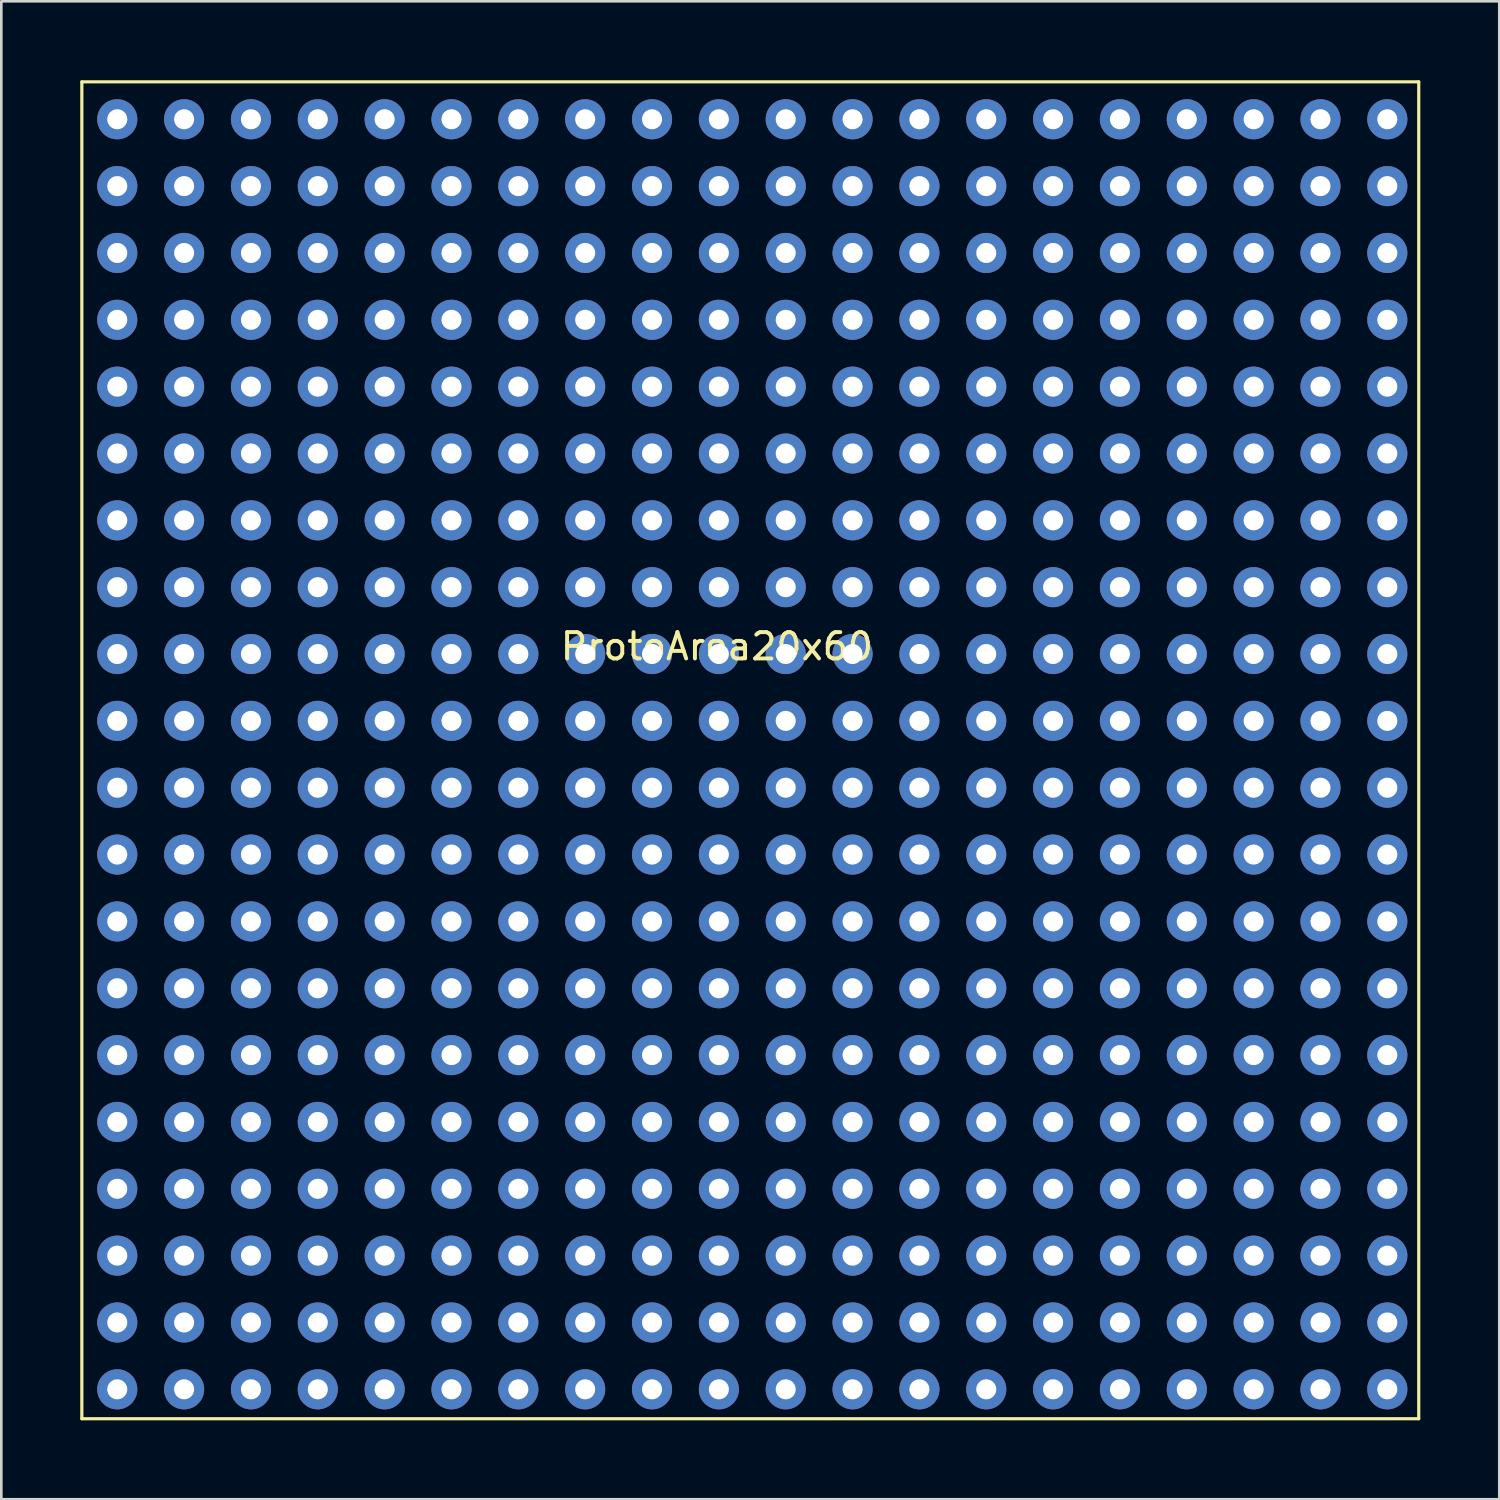
<source format=kicad_pcb>
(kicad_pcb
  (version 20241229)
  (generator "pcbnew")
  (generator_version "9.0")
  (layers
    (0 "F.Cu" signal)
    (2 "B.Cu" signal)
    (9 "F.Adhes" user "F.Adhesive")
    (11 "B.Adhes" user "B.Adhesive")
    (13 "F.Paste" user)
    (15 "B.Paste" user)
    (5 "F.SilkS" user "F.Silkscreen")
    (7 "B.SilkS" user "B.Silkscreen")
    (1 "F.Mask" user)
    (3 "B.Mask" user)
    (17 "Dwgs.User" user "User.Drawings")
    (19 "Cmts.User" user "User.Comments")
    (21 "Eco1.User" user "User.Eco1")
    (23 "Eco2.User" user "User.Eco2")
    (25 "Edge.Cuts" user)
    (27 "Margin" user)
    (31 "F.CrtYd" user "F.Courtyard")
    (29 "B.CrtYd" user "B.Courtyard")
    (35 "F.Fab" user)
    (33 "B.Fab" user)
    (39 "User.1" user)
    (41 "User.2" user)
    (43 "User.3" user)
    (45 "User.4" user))
  (footprint "ProtoArea20x60"
    (layer "F.Cu")
    (at 24.19 21.015)
    (property "Reference" "ProtoArea20x60" (at 0 0.5 0) (layer "F.SilkS") (effects (font (size 1 1) (thickness 0.15))))
    (attr through_hole)
    (fp_line (start -24.13 -20.955) (end 26.67 -20.955) (stroke (width 0.12) (type solid)) (layer "F.SilkS"))
    (fp_line (start -24.13 29.845) (end -24.13 -20.955) (stroke (width 0.12) (type solid)) (layer "F.SilkS"))
    (fp_line (start 26.67 -20.955) (end 26.67 29.845) (stroke (width 0.12) (type solid)) (layer "F.SilkS"))
    (fp_line (start 26.67 29.845) (end -24.13 29.845) (stroke (width 0.12) (type solid)) (layer "F.SilkS"))
    (pad "1" thru_hole circle (at -22.784 -19.533) (size 1.524 1.524) (drill 0.762) (layers "*.Cu" "*.Mask"))
    (pad "2" thru_hole circle (at -20.244 -19.533) (size 1.524 1.524) (drill 0.762) (layers "*.Cu" "*.Mask"))
    (pad "3" thru_hole circle (at -17.704 -19.533) (size 1.524 1.524) (drill 0.762) (layers "*.Cu" "*.Mask"))
    (pad "4" thru_hole circle (at -15.164 -19.533) (size 1.524 1.524) (drill 0.762) (layers "*.Cu" "*.Mask"))
    (pad "5" thru_hole circle (at -12.624 -19.533) (size 1.524 1.524) (drill 0.762) (layers "*.Cu" "*.Mask"))
    (pad "6" thru_hole circle (at -10.084 -19.533) (size 1.524 1.524) (drill 0.762) (layers "*.Cu" "*.Mask"))
    (pad "7" thru_hole circle (at -7.544 -19.533) (size 1.524 1.524) (drill 0.762) (layers "*.Cu" "*.Mask"))
    (pad "8" thru_hole circle (at -5.004 -19.533) (size 1.524 1.524) (drill 0.762) (layers "*.Cu" "*.Mask"))
    (pad "9" thru_hole circle (at -2.464 -19.533) (size 1.524 1.524) (drill 0.762) (layers "*.Cu" "*.Mask"))
    (pad "10" thru_hole circle (at 0.076 -19.533) (size 1.524 1.524) (drill 0.762) (layers "*.Cu" "*.Mask"))
    (pad "11" thru_hole circle (at 2.616 -19.533) (size 1.524 1.524) (drill 0.762) (layers "*.Cu" "*.Mask"))
    (pad "12" thru_hole circle (at 5.156 -19.533) (size 1.524 1.524) (drill 0.762) (layers "*.Cu" "*.Mask"))
    (pad "13" thru_hole circle (at 7.696 -19.533) (size 1.524 1.524) (drill 0.762) (layers "*.Cu" "*.Mask"))
    (pad "14" thru_hole circle (at 10.236 -19.533) (size 1.524 1.524) (drill 0.762) (layers "*.Cu" "*.Mask"))
    (pad "15" thru_hole circle (at 12.776 -19.533) (size 1.524 1.524) (drill 0.762) (layers "*.Cu" "*.Mask"))
    (pad "16" thru_hole circle (at 15.316 -19.533) (size 1.524 1.524) (drill 0.762) (layers "*.Cu" "*.Mask"))
    (pad "17" thru_hole circle (at 17.856 -19.533) (size 1.524 1.524) (drill 0.762) (layers "*.Cu" "*.Mask"))
    (pad "18" thru_hole circle (at 20.396 -19.533) (size 1.524 1.524) (drill 0.762) (layers "*.Cu" "*.Mask"))
    (pad "19" thru_hole circle (at 22.936 -19.533) (size 1.524 1.524) (drill 0.762) (layers "*.Cu" "*.Mask"))
    (pad "20" thru_hole circle (at 25.476 -19.533) (size 1.524 1.524) (drill 0.762) (layers "*.Cu" "*.Mask"))
    (pad "21" thru_hole circle (at -22.784 -16.993) (size 1.524 1.524) (drill 0.762) (layers "*.Cu" "*.Mask"))
    (pad "22" thru_hole circle (at -20.244 -16.993) (size 1.524 1.524) (drill 0.762) (layers "*.Cu" "*.Mask"))
    (pad "23" thru_hole circle (at -17.704 -16.993) (size 1.524 1.524) (drill 0.762) (layers "*.Cu" "*.Mask"))
    (pad "24" thru_hole circle (at -15.164 -16.993) (size 1.524 1.524) (drill 0.762) (layers "*.Cu" "*.Mask"))
    (pad "25" thru_hole circle (at -12.624 -16.993) (size 1.524 1.524) (drill 0.762) (layers "*.Cu" "*.Mask"))
    (pad "26" thru_hole circle (at -10.084 -16.993) (size 1.524 1.524) (drill 0.762) (layers "*.Cu" "*.Mask"))
    (pad "27" thru_hole circle (at -7.544 -16.993) (size 1.524 1.524) (drill 0.762) (layers "*.Cu" "*.Mask"))
    (pad "28" thru_hole circle (at -5.004 -16.993) (size 1.524 1.524) (drill 0.762) (layers "*.Cu" "*.Mask"))
    (pad "29" thru_hole circle (at -2.464 -16.993) (size 1.524 1.524) (drill 0.762) (layers "*.Cu" "*.Mask"))
    (pad "30" thru_hole circle (at 0.076 -16.993) (size 1.524 1.524) (drill 0.762) (layers "*.Cu" "*.Mask"))
    (pad "31" thru_hole circle (at 2.616 -16.993) (size 1.524 1.524) (drill 0.762) (layers "*.Cu" "*.Mask"))
    (pad "32" thru_hole circle (at 5.156 -16.993) (size 1.524 1.524) (drill 0.762) (layers "*.Cu" "*.Mask"))
    (pad "33" thru_hole circle (at 7.696 -16.993) (size 1.524 1.524) (drill 0.762) (layers "*.Cu" "*.Mask"))
    (pad "34" thru_hole circle (at 10.236 -16.993) (size 1.524 1.524) (drill 0.762) (layers "*.Cu" "*.Mask"))
    (pad "35" thru_hole circle (at 12.776 -16.993) (size 1.524 1.524) (drill 0.762) (layers "*.Cu" "*.Mask"))
    (pad "36" thru_hole circle (at 15.316 -16.993) (size 1.524 1.524) (drill 0.762) (layers "*.Cu" "*.Mask"))
    (pad "37" thru_hole circle (at 17.856 -16.993) (size 1.524 1.524) (drill 0.762) (layers "*.Cu" "*.Mask"))
    (pad "38" thru_hole circle (at 20.396 -16.993) (size 1.524 1.524) (drill 0.762) (layers "*.Cu" "*.Mask"))
    (pad "39" thru_hole circle (at 22.936 -16.993) (size 1.524 1.524) (drill 0.762) (layers "*.Cu" "*.Mask"))
    (pad "40" thru_hole circle (at 25.476 -16.993) (size 1.524 1.524) (drill 0.762) (layers "*.Cu" "*.Mask"))
    (pad "41" thru_hole circle (at -22.784 -14.453) (size 1.524 1.524) (drill 0.762) (layers "*.Cu" "*.Mask"))
    (pad "42" thru_hole circle (at -20.244 -14.453) (size 1.524 1.524) (drill 0.762) (layers "*.Cu" "*.Mask"))
    (pad "43" thru_hole circle (at -17.704 -14.453) (size 1.524 1.524) (drill 0.762) (layers "*.Cu" "*.Mask"))
    (pad "44" thru_hole circle (at -15.164 -14.453) (size 1.524 1.524) (drill 0.762) (layers "*.Cu" "*.Mask"))
    (pad "45" thru_hole circle (at -12.624 -14.453) (size 1.524 1.524) (drill 0.762) (layers "*.Cu" "*.Mask"))
    (pad "46" thru_hole circle (at -10.084 -14.453) (size 1.524 1.524) (drill 0.762) (layers "*.Cu" "*.Mask"))
    (pad "47" thru_hole circle (at -7.544 -14.453) (size 1.524 1.524) (drill 0.762) (layers "*.Cu" "*.Mask"))
    (pad "48" thru_hole circle (at -5.004 -14.453) (size 1.524 1.524) (drill 0.762) (layers "*.Cu" "*.Mask"))
    (pad "49" thru_hole circle (at -2.464 -14.453) (size 1.524 1.524) (drill 0.762) (layers "*.Cu" "*.Mask"))
    (pad "50" thru_hole circle (at 0.076 -14.453) (size 1.524 1.524) (drill 0.762) (layers "*.Cu" "*.Mask"))
    (pad "51" thru_hole circle (at 2.616 -14.453) (size 1.524 1.524) (drill 0.762) (layers "*.Cu" "*.Mask"))
    (pad "52" thru_hole circle (at 5.156 -14.453) (size 1.524 1.524) (drill 0.762) (layers "*.Cu" "*.Mask"))
    (pad "53" thru_hole circle (at 7.696 -14.453) (size 1.524 1.524) (drill 0.762) (layers "*.Cu" "*.Mask"))
    (pad "54" thru_hole circle (at 10.236 -14.453) (size 1.524 1.524) (drill 0.762) (layers "*.Cu" "*.Mask"))
    (pad "55" thru_hole circle (at 12.776 -14.453) (size 1.524 1.524) (drill 0.762) (layers "*.Cu" "*.Mask"))
    (pad "56" thru_hole circle (at 15.316 -14.453) (size 1.524 1.524) (drill 0.762) (layers "*.Cu" "*.Mask"))
    (pad "57" thru_hole circle (at 17.856 -14.453) (size 1.524 1.524) (drill 0.762) (layers "*.Cu" "*.Mask"))
    (pad "58" thru_hole circle (at 20.396 -14.453) (size 1.524 1.524) (drill 0.762) (layers "*.Cu" "*.Mask"))
    (pad "59" thru_hole circle (at 22.936 -14.453) (size 1.524 1.524) (drill 0.762) (layers "*.Cu" "*.Mask"))
    (pad "60" thru_hole circle (at 25.476 -14.453) (size 1.524 1.524) (drill 0.762) (layers "*.Cu" "*.Mask"))
    (pad "61" thru_hole circle (at -22.784 -11.913) (size 1.524 1.524) (drill 0.762) (layers "*.Cu" "*.Mask"))
    (pad "62" thru_hole circle (at -20.244 -11.913) (size 1.524 1.524) (drill 0.762) (layers "*.Cu" "*.Mask"))
    (pad "63" thru_hole circle (at -17.704 -11.913) (size 1.524 1.524) (drill 0.762) (layers "*.Cu" "*.Mask"))
    (pad "64" thru_hole circle (at -15.164 -11.913) (size 1.524 1.524) (drill 0.762) (layers "*.Cu" "*.Mask"))
    (pad "65" thru_hole circle (at -12.624 -11.913) (size 1.524 1.524) (drill 0.762) (layers "*.Cu" "*.Mask"))
    (pad "66" thru_hole circle (at -10.084 -11.913) (size 1.524 1.524) (drill 0.762) (layers "*.Cu" "*.Mask"))
    (pad "67" thru_hole circle (at -7.544 -11.913) (size 1.524 1.524) (drill 0.762) (layers "*.Cu" "*.Mask"))
    (pad "68" thru_hole circle (at -5.004 -11.913) (size 1.524 1.524) (drill 0.762) (layers "*.Cu" "*.Mask"))
    (pad "69" thru_hole circle (at -2.464 -11.913) (size 1.524 1.524) (drill 0.762) (layers "*.Cu" "*.Mask"))
    (pad "70" thru_hole circle (at 0.076 -11.913) (size 1.524 1.524) (drill 0.762) (layers "*.Cu" "*.Mask"))
    (pad "71" thru_hole circle (at 2.616 -11.913) (size 1.524 1.524) (drill 0.762) (layers "*.Cu" "*.Mask"))
    (pad "72" thru_hole circle (at 5.156 -11.913) (size 1.524 1.524) (drill 0.762) (layers "*.Cu" "*.Mask"))
    (pad "73" thru_hole circle (at 7.696 -11.913) (size 1.524 1.524) (drill 0.762) (layers "*.Cu" "*.Mask"))
    (pad "74" thru_hole circle (at 10.236 -11.913) (size 1.524 1.524) (drill 0.762) (layers "*.Cu" "*.Mask"))
    (pad "75" thru_hole circle (at 12.776 -11.913) (size 1.524 1.524) (drill 0.762) (layers "*.Cu" "*.Mask"))
    (pad "76" thru_hole circle (at 15.316 -11.913) (size 1.524 1.524) (drill 0.762) (layers "*.Cu" "*.Mask"))
    (pad "77" thru_hole circle (at 17.856 -11.913) (size 1.524 1.524) (drill 0.762) (layers "*.Cu" "*.Mask"))
    (pad "78" thru_hole circle (at 20.396 -11.913) (size 1.524 1.524) (drill 0.762) (layers "*.Cu" "*.Mask"))
    (pad "79" thru_hole circle (at 22.936 -11.913) (size 1.524 1.524) (drill 0.762) (layers "*.Cu" "*.Mask"))
    (pad "80" thru_hole circle (at 25.476 -11.913) (size 1.524 1.524) (drill 0.762) (layers "*.Cu" "*.Mask"))
    (pad "81" thru_hole circle (at -22.784 -9.373) (size 1.524 1.524) (drill 0.762) (layers "*.Cu" "*.Mask"))
    (pad "82" thru_hole circle (at -20.244 -9.373) (size 1.524 1.524) (drill 0.762) (layers "*.Cu" "*.Mask"))
    (pad "83" thru_hole circle (at -17.704 -9.373) (size 1.524 1.524) (drill 0.762) (layers "*.Cu" "*.Mask"))
    (pad "84" thru_hole circle (at -15.164 -9.373) (size 1.524 1.524) (drill 0.762) (layers "*.Cu" "*.Mask"))
    (pad "85" thru_hole circle (at -12.624 -9.373) (size 1.524 1.524) (drill 0.762) (layers "*.Cu" "*.Mask"))
    (pad "86" thru_hole circle (at -10.084 -9.373) (size 1.524 1.524) (drill 0.762) (layers "*.Cu" "*.Mask"))
    (pad "87" thru_hole circle (at -7.544 -9.373) (size 1.524 1.524) (drill 0.762) (layers "*.Cu" "*.Mask"))
    (pad "88" thru_hole circle (at -5.004 -9.373) (size 1.524 1.524) (drill 0.762) (layers "*.Cu" "*.Mask"))
    (pad "89" thru_hole circle (at -2.464 -9.373) (size 1.524 1.524) (drill 0.762) (layers "*.Cu" "*.Mask"))
    (pad "90" thru_hole circle (at 0.076 -9.373) (size 1.524 1.524) (drill 0.762) (layers "*.Cu" "*.Mask"))
    (pad "91" thru_hole circle (at 2.616 -9.373) (size 1.524 1.524) (drill 0.762) (layers "*.Cu" "*.Mask"))
    (pad "92" thru_hole circle (at 5.156 -9.373) (size 1.524 1.524) (drill 0.762) (layers "*.Cu" "*.Mask"))
    (pad "93" thru_hole circle (at 7.696 -9.373) (size 1.524 1.524) (drill 0.762) (layers "*.Cu" "*.Mask"))
    (pad "94" thru_hole circle (at 10.236 -9.373) (size 1.524 1.524) (drill 0.762) (layers "*.Cu" "*.Mask"))
    (pad "95" thru_hole circle (at 12.776 -9.373) (size 1.524 1.524) (drill 0.762) (layers "*.Cu" "*.Mask"))
    (pad "96" thru_hole circle (at 15.316 -9.373) (size 1.524 1.524) (drill 0.762) (layers "*.Cu" "*.Mask"))
    (pad "97" thru_hole circle (at 17.856 -9.373) (size 1.524 1.524) (drill 0.762) (layers "*.Cu" "*.Mask"))
    (pad "98" thru_hole circle (at 20.396 -9.373) (size 1.524 1.524) (drill 0.762) (layers "*.Cu" "*.Mask"))
    (pad "99" thru_hole circle (at 22.936 -9.373) (size 1.524 1.524) (drill 0.762) (layers "*.Cu" "*.Mask"))
    (pad "100" thru_hole circle (at 25.476 -9.373) (size 1.524 1.524) (drill 0.762) (layers "*.Cu" "*.Mask"))
    (pad "101" thru_hole circle (at -22.784 -6.833) (size 1.524 1.524) (drill 0.762) (layers "*.Cu" "*.Mask"))
    (pad "102" thru_hole circle (at -20.244 -6.833) (size 1.524 1.524) (drill 0.762) (layers "*.Cu" "*.Mask"))
    (pad "103" thru_hole circle (at -17.704 -6.833) (size 1.524 1.524) (drill 0.762) (layers "*.Cu" "*.Mask"))
    (pad "104" thru_hole circle (at -15.164 -6.833) (size 1.524 1.524) (drill 0.762) (layers "*.Cu" "*.Mask"))
    (pad "105" thru_hole circle (at -12.624 -6.833) (size 1.524 1.524) (drill 0.762) (layers "*.Cu" "*.Mask"))
    (pad "106" thru_hole circle (at -10.084 -6.833) (size 1.524 1.524) (drill 0.762) (layers "*.Cu" "*.Mask"))
    (pad "107" thru_hole circle (at -7.544 -6.833) (size 1.524 1.524) (drill 0.762) (layers "*.Cu" "*.Mask"))
    (pad "108" thru_hole circle (at -5.004 -6.833) (size 1.524 1.524) (drill 0.762) (layers "*.Cu" "*.Mask"))
    (pad "109" thru_hole circle (at -2.464 -6.833) (size 1.524 1.524) (drill 0.762) (layers "*.Cu" "*.Mask"))
    (pad "110" thru_hole circle (at 0.076 -6.833) (size 1.524 1.524) (drill 0.762) (layers "*.Cu" "*.Mask"))
    (pad "111" thru_hole circle (at 2.616 -6.833) (size 1.524 1.524) (drill 0.762) (layers "*.Cu" "*.Mask"))
    (pad "112" thru_hole circle (at 5.156 -6.833) (size 1.524 1.524) (drill 0.762) (layers "*.Cu" "*.Mask"))
    (pad "113" thru_hole circle (at 7.696 -6.833) (size 1.524 1.524) (drill 0.762) (layers "*.Cu" "*.Mask"))
    (pad "114" thru_hole circle (at 10.236 -6.833) (size 1.524 1.524) (drill 0.762) (layers "*.Cu" "*.Mask"))
    (pad "115" thru_hole circle (at 12.776 -6.833) (size 1.524 1.524) (drill 0.762) (layers "*.Cu" "*.Mask"))
    (pad "116" thru_hole circle (at 15.316 -6.833) (size 1.524 1.524) (drill 0.762) (layers "*.Cu" "*.Mask"))
    (pad "117" thru_hole circle (at 17.856 -6.833) (size 1.524 1.524) (drill 0.762) (layers "*.Cu" "*.Mask"))
    (pad "118" thru_hole circle (at 20.396 -6.833) (size 1.524 1.524) (drill 0.762) (layers "*.Cu" "*.Mask"))
    (pad "119" thru_hole circle (at 22.936 -6.833) (size 1.524 1.524) (drill 0.762) (layers "*.Cu" "*.Mask"))
    (pad "120" thru_hole circle (at 25.476 -6.833) (size 1.524 1.524) (drill 0.762) (layers "*.Cu" "*.Mask"))
    (pad "121" thru_hole circle (at -22.784 -4.293) (size 1.524 1.524) (drill 0.762) (layers "*.Cu" "*.Mask"))
    (pad "122" thru_hole circle (at -20.244 -4.293) (size 1.524 1.524) (drill 0.762) (layers "*.Cu" "*.Mask"))
    (pad "123" thru_hole circle (at -17.704 -4.293) (size 1.524 1.524) (drill 0.762) (layers "*.Cu" "*.Mask"))
    (pad "124" thru_hole circle (at -15.164 -4.293) (size 1.524 1.524) (drill 0.762) (layers "*.Cu" "*.Mask"))
    (pad "125" thru_hole circle (at -12.624 -4.293) (size 1.524 1.524) (drill 0.762) (layers "*.Cu" "*.Mask"))
    (pad "126" thru_hole circle (at -10.084 -4.293) (size 1.524 1.524) (drill 0.762) (layers "*.Cu" "*.Mask"))
    (pad "127" thru_hole circle (at -7.544 -4.293) (size 1.524 1.524) (drill 0.762) (layers "*.Cu" "*.Mask"))
    (pad "128" thru_hole circle (at -5.004 -4.293) (size 1.524 1.524) (drill 0.762) (layers "*.Cu" "*.Mask"))
    (pad "129" thru_hole circle (at -2.464 -4.293) (size 1.524 1.524) (drill 0.762) (layers "*.Cu" "*.Mask"))
    (pad "130" thru_hole circle (at 0.076 -4.293) (size 1.524 1.524) (drill 0.762) (layers "*.Cu" "*.Mask"))
    (pad "131" thru_hole circle (at 2.616 -4.293) (size 1.524 1.524) (drill 0.762) (layers "*.Cu" "*.Mask"))
    (pad "132" thru_hole circle (at 5.156 -4.293) (size 1.524 1.524) (drill 0.762) (layers "*.Cu" "*.Mask"))
    (pad "133" thru_hole circle (at 7.696 -4.293) (size 1.524 1.524) (drill 0.762) (layers "*.Cu" "*.Mask"))
    (pad "134" thru_hole circle (at 10.236 -4.293) (size 1.524 1.524) (drill 0.762) (layers "*.Cu" "*.Mask"))
    (pad "135" thru_hole circle (at 12.776 -4.293) (size 1.524 1.524) (drill 0.762) (layers "*.Cu" "*.Mask"))
    (pad "136" thru_hole circle (at 15.316 -4.293) (size 1.524 1.524) (drill 0.762) (layers "*.Cu" "*.Mask"))
    (pad "137" thru_hole circle (at 17.856 -4.293) (size 1.524 1.524) (drill 0.762) (layers "*.Cu" "*.Mask"))
    (pad "138" thru_hole circle (at 20.396 -4.293) (size 1.524 1.524) (drill 0.762) (layers "*.Cu" "*.Mask"))
    (pad "139" thru_hole circle (at 22.936 -4.293) (size 1.524 1.524) (drill 0.762) (layers "*.Cu" "*.Mask"))
    (pad "140" thru_hole circle (at 25.476 -4.293) (size 1.524 1.524) (drill 0.762) (layers "*.Cu" "*.Mask"))
    (pad "141" thru_hole circle (at -22.784 -1.753) (size 1.524 1.524) (drill 0.762) (layers "*.Cu" "*.Mask"))
    (pad "142" thru_hole circle (at -20.244 -1.753) (size 1.524 1.524) (drill 0.762) (layers "*.Cu" "*.Mask"))
    (pad "143" thru_hole circle (at -17.704 -1.753) (size 1.524 1.524) (drill 0.762) (layers "*.Cu" "*.Mask"))
    (pad "144" thru_hole circle (at -15.164 -1.753) (size 1.524 1.524) (drill 0.762) (layers "*.Cu" "*.Mask"))
    (pad "145" thru_hole circle (at -12.624 -1.753) (size 1.524 1.524) (drill 0.762) (layers "*.Cu" "*.Mask"))
    (pad "146" thru_hole circle (at -10.084 -1.753) (size 1.524 1.524) (drill 0.762) (layers "*.Cu" "*.Mask"))
    (pad "147" thru_hole circle (at -7.544 -1.753) (size 1.524 1.524) (drill 0.762) (layers "*.Cu" "*.Mask"))
    (pad "148" thru_hole circle (at -5.004 -1.753) (size 1.524 1.524) (drill 0.762) (layers "*.Cu" "*.Mask"))
    (pad "149" thru_hole circle (at -2.464 -1.753) (size 1.524 1.524) (drill 0.762) (layers "*.Cu" "*.Mask"))
    (pad "150" thru_hole circle (at 0.076 -1.753) (size 1.524 1.524) (drill 0.762) (layers "*.Cu" "*.Mask"))
    (pad "151" thru_hole circle (at 2.616 -1.753) (size 1.524 1.524) (drill 0.762) (layers "*.Cu" "*.Mask"))
    (pad "152" thru_hole circle (at 5.156 -1.753) (size 1.524 1.524) (drill 0.762) (layers "*.Cu" "*.Mask"))
    (pad "153" thru_hole circle (at 7.696 -1.753) (size 1.524 1.524) (drill 0.762) (layers "*.Cu" "*.Mask"))
    (pad "154" thru_hole circle (at 10.236 -1.753) (size 1.524 1.524) (drill 0.762) (layers "*.Cu" "*.Mask"))
    (pad "155" thru_hole circle (at 12.776 -1.753) (size 1.524 1.524) (drill 0.762) (layers "*.Cu" "*.Mask"))
    (pad "156" thru_hole circle (at 15.316 -1.753) (size 1.524 1.524) (drill 0.762) (layers "*.Cu" "*.Mask"))
    (pad "157" thru_hole circle (at 17.856 -1.753) (size 1.524 1.524) (drill 0.762) (layers "*.Cu" "*.Mask"))
    (pad "158" thru_hole circle (at 20.396 -1.753) (size 1.524 1.524) (drill 0.762) (layers "*.Cu" "*.Mask"))
    (pad "159" thru_hole circle (at 22.936 -1.753) (size 1.524 1.524) (drill 0.762) (layers "*.Cu" "*.Mask"))
    (pad "160" thru_hole circle (at 25.476 -1.753) (size 1.524 1.524) (drill 0.762) (layers "*.Cu" "*.Mask"))
    (pad "161" thru_hole circle (at -22.784 0.787) (size 1.524 1.524) (drill 0.762) (layers "*.Cu" "*.Mask"))
    (pad "162" thru_hole circle (at -20.244 0.787) (size 1.524 1.524) (drill 0.762) (layers "*.Cu" "*.Mask"))
    (pad "163" thru_hole circle (at -17.704 0.787) (size 1.524 1.524) (drill 0.762) (layers "*.Cu" "*.Mask"))
    (pad "164" thru_hole circle (at -15.164 0.787) (size 1.524 1.524) (drill 0.762) (layers "*.Cu" "*.Mask"))
    (pad "165" thru_hole circle (at -12.624 0.787) (size 1.524 1.524) (drill 0.762) (layers "*.Cu" "*.Mask"))
    (pad "166" thru_hole circle (at -10.084 0.787) (size 1.524 1.524) (drill 0.762) (layers "*.Cu" "*.Mask"))
    (pad "167" thru_hole circle (at -7.544 0.787) (size 1.524 1.524) (drill 0.762) (layers "*.Cu" "*.Mask"))
    (pad "168" thru_hole circle (at -5.004 0.787) (size 1.524 1.524) (drill 0.762) (layers "*.Cu" "*.Mask"))
    (pad "169" thru_hole circle (at -2.464 0.787) (size 1.524 1.524) (drill 0.762) (layers "*.Cu" "*.Mask"))
    (pad "170" thru_hole circle (at 0.076 0.787) (size 1.524 1.524) (drill 0.762) (layers "*.Cu" "*.Mask"))
    (pad "171" thru_hole circle (at 2.616 0.787) (size 1.524 1.524) (drill 0.762) (layers "*.Cu" "*.Mask"))
    (pad "172" thru_hole circle (at 5.156 0.787) (size 1.524 1.524) (drill 0.762) (layers "*.Cu" "*.Mask"))
    (pad "173" thru_hole circle (at 7.696 0.787) (size 1.524 1.524) (drill 0.762) (layers "*.Cu" "*.Mask"))
    (pad "174" thru_hole circle (at 10.236 0.787) (size 1.524 1.524) (drill 0.762) (layers "*.Cu" "*.Mask"))
    (pad "175" thru_hole circle (at 12.776 0.787) (size 1.524 1.524) (drill 0.762) (layers "*.Cu" "*.Mask"))
    (pad "176" thru_hole circle (at 15.316 0.787) (size 1.524 1.524) (drill 0.762) (layers "*.Cu" "*.Mask"))
    (pad "177" thru_hole circle (at 17.856 0.787) (size 1.524 1.524) (drill 0.762) (layers "*.Cu" "*.Mask"))
    (pad "178" thru_hole circle (at 20.396 0.787) (size 1.524 1.524) (drill 0.762) (layers "*.Cu" "*.Mask"))
    (pad "179" thru_hole circle (at 22.936 0.787) (size 1.524 1.524) (drill 0.762) (layers "*.Cu" "*.Mask"))
    (pad "180" thru_hole circle (at 25.476 0.787) (size 1.524 1.524) (drill 0.762) (layers "*.Cu" "*.Mask"))
    (pad "181" thru_hole circle (at -22.784 3.327) (size 1.524 1.524) (drill 0.762) (layers "*.Cu" "*.Mask"))
    (pad "182" thru_hole circle (at -20.244 3.327) (size 1.524 1.524) (drill 0.762) (layers "*.Cu" "*.Mask"))
    (pad "183" thru_hole circle (at -17.704 3.327) (size 1.524 1.524) (drill 0.762) (layers "*.Cu" "*.Mask"))
    (pad "184" thru_hole circle (at -15.164 3.327) (size 1.524 1.524) (drill 0.762) (layers "*.Cu" "*.Mask"))
    (pad "185" thru_hole circle (at -12.624 3.327) (size 1.524 1.524) (drill 0.762) (layers "*.Cu" "*.Mask"))
    (pad "186" thru_hole circle (at -10.084 3.327) (size 1.524 1.524) (drill 0.762) (layers "*.Cu" "*.Mask"))
    (pad "187" thru_hole circle (at -7.544 3.327) (size 1.524 1.524) (drill 0.762) (layers "*.Cu" "*.Mask"))
    (pad "188" thru_hole circle (at -5.004 3.327) (size 1.524 1.524) (drill 0.762) (layers "*.Cu" "*.Mask"))
    (pad "189" thru_hole circle (at -2.464 3.327) (size 1.524 1.524) (drill 0.762) (layers "*.Cu" "*.Mask"))
    (pad "190" thru_hole circle (at 0.076 3.327) (size 1.524 1.524) (drill 0.762) (layers "*.Cu" "*.Mask"))
    (pad "191" thru_hole circle (at 2.616 3.327) (size 1.524 1.524) (drill 0.762) (layers "*.Cu" "*.Mask"))
    (pad "192" thru_hole circle (at 5.156 3.327) (size 1.524 1.524) (drill 0.762) (layers "*.Cu" "*.Mask"))
    (pad "193" thru_hole circle (at 7.696 3.327) (size 1.524 1.524) (drill 0.762) (layers "*.Cu" "*.Mask"))
    (pad "194" thru_hole circle (at 10.236 3.327) (size 1.524 1.524) (drill 0.762) (layers "*.Cu" "*.Mask"))
    (pad "195" thru_hole circle (at 12.776 3.327) (size 1.524 1.524) (drill 0.762) (layers "*.Cu" "*.Mask"))
    (pad "196" thru_hole circle (at 15.316 3.327) (size 1.524 1.524) (drill 0.762) (layers "*.Cu" "*.Mask"))
    (pad "197" thru_hole circle (at 17.856 3.327) (size 1.524 1.524) (drill 0.762) (layers "*.Cu" "*.Mask"))
    (pad "198" thru_hole circle (at 20.396 3.327) (size 1.524 1.524) (drill 0.762) (layers "*.Cu" "*.Mask"))
    (pad "199" thru_hole circle (at 22.936 3.327) (size 1.524 1.524) (drill 0.762) (layers "*.Cu" "*.Mask"))
    (pad "200" thru_hole circle (at 25.476 3.327) (size 1.524 1.524) (drill 0.762) (layers "*.Cu" "*.Mask"))
    (pad "201" thru_hole circle (at -22.784 5.867) (size 1.524 1.524) (drill 0.762) (layers "*.Cu" "*.Mask"))
    (pad "202" thru_hole circle (at -20.244 5.867) (size 1.524 1.524) (drill 0.762) (layers "*.Cu" "*.Mask"))
    (pad "203" thru_hole circle (at -17.704 5.867) (size 1.524 1.524) (drill 0.762) (layers "*.Cu" "*.Mask"))
    (pad "204" thru_hole circle (at -15.164 5.867) (size 1.524 1.524) (drill 0.762) (layers "*.Cu" "*.Mask"))
    (pad "205" thru_hole circle (at -12.624 5.867) (size 1.524 1.524) (drill 0.762) (layers "*.Cu" "*.Mask"))
    (pad "206" thru_hole circle (at -10.084 5.867) (size 1.524 1.524) (drill 0.762) (layers "*.Cu" "*.Mask"))
    (pad "207" thru_hole circle (at -7.544 5.867) (size 1.524 1.524) (drill 0.762) (layers "*.Cu" "*.Mask"))
    (pad "208" thru_hole circle (at -5.004 5.867) (size 1.524 1.524) (drill 0.762) (layers "*.Cu" "*.Mask"))
    (pad "209" thru_hole circle (at -2.464 5.867) (size 1.524 1.524) (drill 0.762) (layers "*.Cu" "*.Mask"))
    (pad "210" thru_hole circle (at 0.076 5.867) (size 1.524 1.524) (drill 0.762) (layers "*.Cu" "*.Mask"))
    (pad "211" thru_hole circle (at 2.616 5.867) (size 1.524 1.524) (drill 0.762) (layers "*.Cu" "*.Mask"))
    (pad "212" thru_hole circle (at 5.156 5.867) (size 1.524 1.524) (drill 0.762) (layers "*.Cu" "*.Mask"))
    (pad "213" thru_hole circle (at 7.696 5.867) (size 1.524 1.524) (drill 0.762) (layers "*.Cu" "*.Mask"))
    (pad "214" thru_hole circle (at 10.236 5.867) (size 1.524 1.524) (drill 0.762) (layers "*.Cu" "*.Mask"))
    (pad "215" thru_hole circle (at 12.776 5.867) (size 1.524 1.524) (drill 0.762) (layers "*.Cu" "*.Mask"))
    (pad "216" thru_hole circle (at 15.316 5.867) (size 1.524 1.524) (drill 0.762) (layers "*.Cu" "*.Mask"))
    (pad "217" thru_hole circle (at 17.856 5.867) (size 1.524 1.524) (drill 0.762) (layers "*.Cu" "*.Mask"))
    (pad "218" thru_hole circle (at 20.396 5.867) (size 1.524 1.524) (drill 0.762) (layers "*.Cu" "*.Mask"))
    (pad "219" thru_hole circle (at 22.936 5.867) (size 1.524 1.524) (drill 0.762) (layers "*.Cu" "*.Mask"))
    (pad "220" thru_hole circle (at 25.476 5.867) (size 1.524 1.524) (drill 0.762) (layers "*.Cu" "*.Mask"))
    (pad "221" thru_hole circle (at -22.784 8.407) (size 1.524 1.524) (drill 0.762) (layers "*.Cu" "*.Mask"))
    (pad "222" thru_hole circle (at -20.244 8.407) (size 1.524 1.524) (drill 0.762) (layers "*.Cu" "*.Mask"))
    (pad "223" thru_hole circle (at -17.704 8.407) (size 1.524 1.524) (drill 0.762) (layers "*.Cu" "*.Mask"))
    (pad "224" thru_hole circle (at -15.164 8.407) (size 1.524 1.524) (drill 0.762) (layers "*.Cu" "*.Mask"))
    (pad "225" thru_hole circle (at -12.624 8.407) (size 1.524 1.524) (drill 0.762) (layers "*.Cu" "*.Mask"))
    (pad "226" thru_hole circle (at -10.084 8.407) (size 1.524 1.524) (drill 0.762) (layers "*.Cu" "*.Mask"))
    (pad "227" thru_hole circle (at -7.544 8.407) (size 1.524 1.524) (drill 0.762) (layers "*.Cu" "*.Mask"))
    (pad "228" thru_hole circle (at -5.004 8.407) (size 1.524 1.524) (drill 0.762) (layers "*.Cu" "*.Mask"))
    (pad "229" thru_hole circle (at -2.464 8.407) (size 1.524 1.524) (drill 0.762) (layers "*.Cu" "*.Mask"))
    (pad "230" thru_hole circle (at 0.076 8.407) (size 1.524 1.524) (drill 0.762) (layers "*.Cu" "*.Mask"))
    (pad "231" thru_hole circle (at 2.616 8.407) (size 1.524 1.524) (drill 0.762) (layers "*.Cu" "*.Mask"))
    (pad "232" thru_hole circle (at 5.156 8.407) (size 1.524 1.524) (drill 0.762) (layers "*.Cu" "*.Mask"))
    (pad "233" thru_hole circle (at 7.696 8.407) (size 1.524 1.524) (drill 0.762) (layers "*.Cu" "*.Mask"))
    (pad "234" thru_hole circle (at 10.236 8.407) (size 1.524 1.524) (drill 0.762) (layers "*.Cu" "*.Mask"))
    (pad "235" thru_hole circle (at 12.776 8.407) (size 1.524 1.524) (drill 0.762) (layers "*.Cu" "*.Mask"))
    (pad "236" thru_hole circle (at 15.316 8.407) (size 1.524 1.524) (drill 0.762) (layers "*.Cu" "*.Mask"))
    (pad "237" thru_hole circle (at 17.856 8.407) (size 1.524 1.524) (drill 0.762) (layers "*.Cu" "*.Mask"))
    (pad "238" thru_hole circle (at 20.396 8.407) (size 1.524 1.524) (drill 0.762) (layers "*.Cu" "*.Mask"))
    (pad "239" thru_hole circle (at 22.936 8.407) (size 1.524 1.524) (drill 0.762) (layers "*.Cu" "*.Mask"))
    (pad "240" thru_hole circle (at 25.476 8.407) (size 1.524 1.524) (drill 0.762) (layers "*.Cu" "*.Mask"))
    (pad "241" thru_hole circle (at -22.784 10.947) (size 1.524 1.524) (drill 0.762) (layers "*.Cu" "*.Mask"))
    (pad "242" thru_hole circle (at -20.244 10.947) (size 1.524 1.524) (drill 0.762) (layers "*.Cu" "*.Mask"))
    (pad "243" thru_hole circle (at -17.704 10.947) (size 1.524 1.524) (drill 0.762) (layers "*.Cu" "*.Mask"))
    (pad "244" thru_hole circle (at -15.164 10.947) (size 1.524 1.524) (drill 0.762) (layers "*.Cu" "*.Mask"))
    (pad "245" thru_hole circle (at -12.624 10.947) (size 1.524 1.524) (drill 0.762) (layers "*.Cu" "*.Mask"))
    (pad "246" thru_hole circle (at -10.084 10.947) (size 1.524 1.524) (drill 0.762) (layers "*.Cu" "*.Mask"))
    (pad "247" thru_hole circle (at -7.544 10.947) (size 1.524 1.524) (drill 0.762) (layers "*.Cu" "*.Mask"))
    (pad "248" thru_hole circle (at -5.004 10.947) (size 1.524 1.524) (drill 0.762) (layers "*.Cu" "*.Mask"))
    (pad "249" thru_hole circle (at -2.464 10.947) (size 1.524 1.524) (drill 0.762) (layers "*.Cu" "*.Mask"))
    (pad "250" thru_hole circle (at 0.076 10.947) (size 1.524 1.524) (drill 0.762) (layers "*.Cu" "*.Mask"))
    (pad "251" thru_hole circle (at 2.616 10.947) (size 1.524 1.524) (drill 0.762) (layers "*.Cu" "*.Mask"))
    (pad "252" thru_hole circle (at 5.156 10.947) (size 1.524 1.524) (drill 0.762) (layers "*.Cu" "*.Mask"))
    (pad "253" thru_hole circle (at 7.696 10.947) (size 1.524 1.524) (drill 0.762) (layers "*.Cu" "*.Mask"))
    (pad "254" thru_hole circle (at 10.236 10.947) (size 1.524 1.524) (drill 0.762) (layers "*.Cu" "*.Mask"))
    (pad "255" thru_hole circle (at 12.776 10.947) (size 1.524 1.524) (drill 0.762) (layers "*.Cu" "*.Mask"))
    (pad "256" thru_hole circle (at 15.316 10.947) (size 1.524 1.524) (drill 0.762) (layers "*.Cu" "*.Mask"))
    (pad "257" thru_hole circle (at 17.856 10.947) (size 1.524 1.524) (drill 0.762) (layers "*.Cu" "*.Mask"))
    (pad "258" thru_hole circle (at 20.396 10.947) (size 1.524 1.524) (drill 0.762) (layers "*.Cu" "*.Mask"))
    (pad "259" thru_hole circle (at 22.936 10.947) (size 1.524 1.524) (drill 0.762) (layers "*.Cu" "*.Mask"))
    (pad "260" thru_hole circle (at 25.476 10.947) (size 1.524 1.524) (drill 0.762) (layers "*.Cu" "*.Mask"))
    (pad "261" thru_hole circle (at -22.784 13.487) (size 1.524 1.524) (drill 0.762) (layers "*.Cu" "*.Mask"))
    (pad "262" thru_hole circle (at -20.244 13.487) (size 1.524 1.524) (drill 0.762) (layers "*.Cu" "*.Mask"))
    (pad "263" thru_hole circle (at -17.704 13.487) (size 1.524 1.524) (drill 0.762) (layers "*.Cu" "*.Mask"))
    (pad "264" thru_hole circle (at -15.164 13.487) (size 1.524 1.524) (drill 0.762) (layers "*.Cu" "*.Mask"))
    (pad "265" thru_hole circle (at -12.624 13.487) (size 1.524 1.524) (drill 0.762) (layers "*.Cu" "*.Mask"))
    (pad "266" thru_hole circle (at -10.084 13.487) (size 1.524 1.524) (drill 0.762) (layers "*.Cu" "*.Mask"))
    (pad "267" thru_hole circle (at -7.544 13.487) (size 1.524 1.524) (drill 0.762) (layers "*.Cu" "*.Mask"))
    (pad "268" thru_hole circle (at -5.004 13.487) (size 1.524 1.524) (drill 0.762) (layers "*.Cu" "*.Mask"))
    (pad "269" thru_hole circle (at -2.464 13.487) (size 1.524 1.524) (drill 0.762) (layers "*.Cu" "*.Mask"))
    (pad "270" thru_hole circle (at 0.076 13.487) (size 1.524 1.524) (drill 0.762) (layers "*.Cu" "*.Mask"))
    (pad "271" thru_hole circle (at 2.616 13.487) (size 1.524 1.524) (drill 0.762) (layers "*.Cu" "*.Mask"))
    (pad "272" thru_hole circle (at 5.156 13.487) (size 1.524 1.524) (drill 0.762) (layers "*.Cu" "*.Mask"))
    (pad "273" thru_hole circle (at 7.696 13.487) (size 1.524 1.524) (drill 0.762) (layers "*.Cu" "*.Mask"))
    (pad "274" thru_hole circle (at 10.236 13.487) (size 1.524 1.524) (drill 0.762) (layers "*.Cu" "*.Mask"))
    (pad "275" thru_hole circle (at 12.776 13.487) (size 1.524 1.524) (drill 0.762) (layers "*.Cu" "*.Mask"))
    (pad "276" thru_hole circle (at 15.316 13.487) (size 1.524 1.524) (drill 0.762) (layers "*.Cu" "*.Mask"))
    (pad "277" thru_hole circle (at 17.856 13.487) (size 1.524 1.524) (drill 0.762) (layers "*.Cu" "*.Mask"))
    (pad "278" thru_hole circle (at 20.396 13.487) (size 1.524 1.524) (drill 0.762) (layers "*.Cu" "*.Mask"))
    (pad "279" thru_hole circle (at 22.936 13.487) (size 1.524 1.524) (drill 0.762) (layers "*.Cu" "*.Mask"))
    (pad "280" thru_hole circle (at 25.476 13.487) (size 1.524 1.524) (drill 0.762) (layers "*.Cu" "*.Mask"))
    (pad "281" thru_hole circle (at -22.784 16.027) (size 1.524 1.524) (drill 0.762) (layers "*.Cu" "*.Mask"))
    (pad "282" thru_hole circle (at -20.244 16.027) (size 1.524 1.524) (drill 0.762) (layers "*.Cu" "*.Mask"))
    (pad "283" thru_hole circle (at -17.704 16.027) (size 1.524 1.524) (drill 0.762) (layers "*.Cu" "*.Mask"))
    (pad "284" thru_hole circle (at -15.164 16.027) (size 1.524 1.524) (drill 0.762) (layers "*.Cu" "*.Mask"))
    (pad "285" thru_hole circle (at -12.624 16.027) (size 1.524 1.524) (drill 0.762) (layers "*.Cu" "*.Mask"))
    (pad "286" thru_hole circle (at -10.084 16.027) (size 1.524 1.524) (drill 0.762) (layers "*.Cu" "*.Mask"))
    (pad "287" thru_hole circle (at -7.544 16.027) (size 1.524 1.524) (drill 0.762) (layers "*.Cu" "*.Mask"))
    (pad "288" thru_hole circle (at -5.004 16.027) (size 1.524 1.524) (drill 0.762) (layers "*.Cu" "*.Mask"))
    (pad "289" thru_hole circle (at -2.464 16.027) (size 1.524 1.524) (drill 0.762) (layers "*.Cu" "*.Mask"))
    (pad "290" thru_hole circle (at 0.076 16.027) (size 1.524 1.524) (drill 0.762) (layers "*.Cu" "*.Mask"))
    (pad "291" thru_hole circle (at 2.616 16.027) (size 1.524 1.524) (drill 0.762) (layers "*.Cu" "*.Mask"))
    (pad "292" thru_hole circle (at 5.156 16.027) (size 1.524 1.524) (drill 0.762) (layers "*.Cu" "*.Mask"))
    (pad "293" thru_hole circle (at 7.696 16.027) (size 1.524 1.524) (drill 0.762) (layers "*.Cu" "*.Mask"))
    (pad "294" thru_hole circle (at 10.236 16.027) (size 1.524 1.524) (drill 0.762) (layers "*.Cu" "*.Mask"))
    (pad "295" thru_hole circle (at 12.776 16.027) (size 1.524 1.524) (drill 0.762) (layers "*.Cu" "*.Mask"))
    (pad "296" thru_hole circle (at 15.316 16.027) (size 1.524 1.524) (drill 0.762) (layers "*.Cu" "*.Mask"))
    (pad "297" thru_hole circle (at 17.856 16.027) (size 1.524 1.524) (drill 0.762) (layers "*.Cu" "*.Mask"))
    (pad "298" thru_hole circle (at 20.396 16.027) (size 1.524 1.524) (drill 0.762) (layers "*.Cu" "*.Mask"))
    (pad "299" thru_hole circle (at 22.936 16.027) (size 1.524 1.524) (drill 0.762) (layers "*.Cu" "*.Mask"))
    (pad "300" thru_hole circle (at 25.476 16.027) (size 1.524 1.524) (drill 0.762) (layers "*.Cu" "*.Mask"))
    (pad "301" thru_hole circle (at -22.784 18.567) (size 1.524 1.524) (drill 0.762) (layers "*.Cu" "*.Mask"))
    (pad "302" thru_hole circle (at -20.244 18.567) (size 1.524 1.524) (drill 0.762) (layers "*.Cu" "*.Mask"))
    (pad "303" thru_hole circle (at -17.704 18.567) (size 1.524 1.524) (drill 0.762) (layers "*.Cu" "*.Mask"))
    (pad "304" thru_hole circle (at -15.164 18.567) (size 1.524 1.524) (drill 0.762) (layers "*.Cu" "*.Mask"))
    (pad "305" thru_hole circle (at -12.624 18.567) (size 1.524 1.524) (drill 0.762) (layers "*.Cu" "*.Mask"))
    (pad "306" thru_hole circle (at -10.084 18.567) (size 1.524 1.524) (drill 0.762) (layers "*.Cu" "*.Mask"))
    (pad "307" thru_hole circle (at -7.544 18.567) (size 1.524 1.524) (drill 0.762) (layers "*.Cu" "*.Mask"))
    (pad "308" thru_hole circle (at -5.004 18.567) (size 1.524 1.524) (drill 0.762) (layers "*.Cu" "*.Mask"))
    (pad "309" thru_hole circle (at -2.464 18.567) (size 1.524 1.524) (drill 0.762) (layers "*.Cu" "*.Mask"))
    (pad "310" thru_hole circle (at 0.076 18.567) (size 1.524 1.524) (drill 0.762) (layers "*.Cu" "*.Mask"))
    (pad "311" thru_hole circle (at 2.616 18.567) (size 1.524 1.524) (drill 0.762) (layers "*.Cu" "*.Mask"))
    (pad "312" thru_hole circle (at 5.156 18.567) (size 1.524 1.524) (drill 0.762) (layers "*.Cu" "*.Mask"))
    (pad "313" thru_hole circle (at 7.696 18.567) (size 1.524 1.524) (drill 0.762) (layers "*.Cu" "*.Mask"))
    (pad "314" thru_hole circle (at 10.236 18.567) (size 1.524 1.524) (drill 0.762) (layers "*.Cu" "*.Mask"))
    (pad "315" thru_hole circle (at 12.776 18.567) (size 1.524 1.524) (drill 0.762) (layers "*.Cu" "*.Mask"))
    (pad "316" thru_hole circle (at 15.316 18.567) (size 1.524 1.524) (drill 0.762) (layers "*.Cu" "*.Mask"))
    (pad "317" thru_hole circle (at 17.856 18.567) (size 1.524 1.524) (drill 0.762) (layers "*.Cu" "*.Mask"))
    (pad "318" thru_hole circle (at 20.396 18.567) (size 1.524 1.524) (drill 0.762) (layers "*.Cu" "*.Mask"))
    (pad "319" thru_hole circle (at 22.936 18.567) (size 1.524 1.524) (drill 0.762) (layers "*.Cu" "*.Mask"))
    (pad "320" thru_hole circle (at 25.476 18.567) (size 1.524 1.524) (drill 0.762) (layers "*.Cu" "*.Mask"))
    (pad "321" thru_hole circle (at -22.784 21.107) (size 1.524 1.524) (drill 0.762) (layers "*.Cu" "*.Mask"))
    (pad "322" thru_hole circle (at -20.244 21.107) (size 1.524 1.524) (drill 0.762) (layers "*.Cu" "*.Mask"))
    (pad "323" thru_hole circle (at -17.704 21.107) (size 1.524 1.524) (drill 0.762) (layers "*.Cu" "*.Mask"))
    (pad "324" thru_hole circle (at -15.164 21.107) (size 1.524 1.524) (drill 0.762) (layers "*.Cu" "*.Mask"))
    (pad "325" thru_hole circle (at -12.624 21.107) (size 1.524 1.524) (drill 0.762) (layers "*.Cu" "*.Mask"))
    (pad "326" thru_hole circle (at -10.084 21.107) (size 1.524 1.524) (drill 0.762) (layers "*.Cu" "*.Mask"))
    (pad "327" thru_hole circle (at -7.544 21.107) (size 1.524 1.524) (drill 0.762) (layers "*.Cu" "*.Mask"))
    (pad "328" thru_hole circle (at -5.004 21.107) (size 1.524 1.524) (drill 0.762) (layers "*.Cu" "*.Mask"))
    (pad "329" thru_hole circle (at -2.464 21.107) (size 1.524 1.524) (drill 0.762) (layers "*.Cu" "*.Mask"))
    (pad "330" thru_hole circle (at 0.076 21.107) (size 1.524 1.524) (drill 0.762) (layers "*.Cu" "*.Mask"))
    (pad "331" thru_hole circle (at 2.616 21.107) (size 1.524 1.524) (drill 0.762) (layers "*.Cu" "*.Mask"))
    (pad "332" thru_hole circle (at 5.156 21.107) (size 1.524 1.524) (drill 0.762) (layers "*.Cu" "*.Mask"))
    (pad "333" thru_hole circle (at 7.696 21.107) (size 1.524 1.524) (drill 0.762) (layers "*.Cu" "*.Mask"))
    (pad "334" thru_hole circle (at 10.236 21.107) (size 1.524 1.524) (drill 0.762) (layers "*.Cu" "*.Mask"))
    (pad "335" thru_hole circle (at 12.776 21.107) (size 1.524 1.524) (drill 0.762) (layers "*.Cu" "*.Mask"))
    (pad "336" thru_hole circle (at 15.316 21.107) (size 1.524 1.524) (drill 0.762) (layers "*.Cu" "*.Mask"))
    (pad "337" thru_hole circle (at 17.856 21.107) (size 1.524 1.524) (drill 0.762) (layers "*.Cu" "*.Mask"))
    (pad "338" thru_hole circle (at 20.396 21.107) (size 1.524 1.524) (drill 0.762) (layers "*.Cu" "*.Mask"))
    (pad "339" thru_hole circle (at 22.936 21.107) (size 1.524 1.524) (drill 0.762) (layers "*.Cu" "*.Mask"))
    (pad "340" thru_hole circle (at 25.476 21.107) (size 1.524 1.524) (drill 0.762) (layers "*.Cu" "*.Mask"))
    (pad "341" thru_hole circle (at -22.784 23.647) (size 1.524 1.524) (drill 0.762) (layers "*.Cu" "*.Mask"))
    (pad "342" thru_hole circle (at -20.244 23.647) (size 1.524 1.524) (drill 0.762) (layers "*.Cu" "*.Mask"))
    (pad "343" thru_hole circle (at -17.704 23.647) (size 1.524 1.524) (drill 0.762) (layers "*.Cu" "*.Mask"))
    (pad "344" thru_hole circle (at -15.164 23.647) (size 1.524 1.524) (drill 0.762) (layers "*.Cu" "*.Mask"))
    (pad "345" thru_hole circle (at -12.624 23.647) (size 1.524 1.524) (drill 0.762) (layers "*.Cu" "*.Mask"))
    (pad "346" thru_hole circle (at -10.084 23.647) (size 1.524 1.524) (drill 0.762) (layers "*.Cu" "*.Mask"))
    (pad "347" thru_hole circle (at -7.544 23.647) (size 1.524 1.524) (drill 0.762) (layers "*.Cu" "*.Mask"))
    (pad "348" thru_hole circle (at -5.004 23.647) (size 1.524 1.524) (drill 0.762) (layers "*.Cu" "*.Mask"))
    (pad "349" thru_hole circle (at -2.464 23.647) (size 1.524 1.524) (drill 0.762) (layers "*.Cu" "*.Mask"))
    (pad "350" thru_hole circle (at 0.076 23.647) (size 1.524 1.524) (drill 0.762) (layers "*.Cu" "*.Mask"))
    (pad "351" thru_hole circle (at 2.616 23.647) (size 1.524 1.524) (drill 0.762) (layers "*.Cu" "*.Mask"))
    (pad "352" thru_hole circle (at 5.156 23.647) (size 1.524 1.524) (drill 0.762) (layers "*.Cu" "*.Mask"))
    (pad "353" thru_hole circle (at 7.696 23.647) (size 1.524 1.524) (drill 0.762) (layers "*.Cu" "*.Mask"))
    (pad "354" thru_hole circle (at 10.236 23.647) (size 1.524 1.524) (drill 0.762) (layers "*.Cu" "*.Mask"))
    (pad "355" thru_hole circle (at 12.776 23.647) (size 1.524 1.524) (drill 0.762) (layers "*.Cu" "*.Mask"))
    (pad "356" thru_hole circle (at 15.316 23.647) (size 1.524 1.524) (drill 0.762) (layers "*.Cu" "*.Mask"))
    (pad "357" thru_hole circle (at 17.856 23.647) (size 1.524 1.524) (drill 0.762) (layers "*.Cu" "*.Mask"))
    (pad "358" thru_hole circle (at 20.396 23.647) (size 1.524 1.524) (drill 0.762) (layers "*.Cu" "*.Mask"))
    (pad "359" thru_hole circle (at 22.936 23.647) (size 1.524 1.524) (drill 0.762) (layers "*.Cu" "*.Mask"))
    (pad "360" thru_hole circle (at 25.476 23.647) (size 1.524 1.524) (drill 0.762) (layers "*.Cu" "*.Mask"))
    (pad "361" thru_hole circle (at -22.784 26.187) (size 1.524 1.524) (drill 0.762) (layers "*.Cu" "*.Mask"))
    (pad "362" thru_hole circle (at -20.244 26.187) (size 1.524 1.524) (drill 0.762) (layers "*.Cu" "*.Mask"))
    (pad "363" thru_hole circle (at -17.704 26.187) (size 1.524 1.524) (drill 0.762) (layers "*.Cu" "*.Mask"))
    (pad "364" thru_hole circle (at -15.164 26.187) (size 1.524 1.524) (drill 0.762) (layers "*.Cu" "*.Mask"))
    (pad "365" thru_hole circle (at -12.624 26.187) (size 1.524 1.524) (drill 0.762) (layers "*.Cu" "*.Mask"))
    (pad "366" thru_hole circle (at -10.084 26.187) (size 1.524 1.524) (drill 0.762) (layers "*.Cu" "*.Mask"))
    (pad "367" thru_hole circle (at -7.544 26.187) (size 1.524 1.524) (drill 0.762) (layers "*.Cu" "*.Mask"))
    (pad "368" thru_hole circle (at -5.004 26.187) (size 1.524 1.524) (drill 0.762) (layers "*.Cu" "*.Mask"))
    (pad "369" thru_hole circle (at -2.464 26.187) (size 1.524 1.524) (drill 0.762) (layers "*.Cu" "*.Mask"))
    (pad "370" thru_hole circle (at 0.076 26.187) (size 1.524 1.524) (drill 0.762) (layers "*.Cu" "*.Mask"))
    (pad "371" thru_hole circle (at 2.616 26.187) (size 1.524 1.524) (drill 0.762) (layers "*.Cu" "*.Mask"))
    (pad "372" thru_hole circle (at 5.156 26.187) (size 1.524 1.524) (drill 0.762) (layers "*.Cu" "*.Mask"))
    (pad "373" thru_hole circle (at 7.696 26.187) (size 1.524 1.524) (drill 0.762) (layers "*.Cu" "*.Mask"))
    (pad "374" thru_hole circle (at 10.236 26.187) (size 1.524 1.524) (drill 0.762) (layers "*.Cu" "*.Mask"))
    (pad "375" thru_hole circle (at 12.776 26.187) (size 1.524 1.524) (drill 0.762) (layers "*.Cu" "*.Mask"))
    (pad "376" thru_hole circle (at 15.316 26.187) (size 1.524 1.524) (drill 0.762) (layers "*.Cu" "*.Mask"))
    (pad "377" thru_hole circle (at 17.856 26.187) (size 1.524 1.524) (drill 0.762) (layers "*.Cu" "*.Mask"))
    (pad "378" thru_hole circle (at 20.396 26.187) (size 1.524 1.524) (drill 0.762) (layers "*.Cu" "*.Mask"))
    (pad "379" thru_hole circle (at 22.936 26.187) (size 1.524 1.524) (drill 0.762) (layers "*.Cu" "*.Mask"))
    (pad "380" thru_hole circle (at 25.476 26.187) (size 1.524 1.524) (drill 0.762) (layers "*.Cu" "*.Mask"))
    (pad "381" thru_hole circle (at -22.784 28.727) (size 1.524 1.524) (drill 0.762) (layers "*.Cu" "*.Mask"))
    (pad "382" thru_hole circle (at -20.244 28.727) (size 1.524 1.524) (drill 0.762) (layers "*.Cu" "*.Mask"))
    (pad "383" thru_hole circle (at -17.704 28.727) (size 1.524 1.524) (drill 0.762) (layers "*.Cu" "*.Mask"))
    (pad "384" thru_hole circle (at -15.164 28.727) (size 1.524 1.524) (drill 0.762) (layers "*.Cu" "*.Mask"))
    (pad "385" thru_hole circle (at -12.624 28.727) (size 1.524 1.524) (drill 0.762) (layers "*.Cu" "*.Mask"))
    (pad "386" thru_hole circle (at -10.084 28.727) (size 1.524 1.524) (drill 0.762) (layers "*.Cu" "*.Mask"))
    (pad "387" thru_hole circle (at -7.544 28.727) (size 1.524 1.524) (drill 0.762) (layers "*.Cu" "*.Mask"))
    (pad "388" thru_hole circle (at -5.004 28.727) (size 1.524 1.524) (drill 0.762) (layers "*.Cu" "*.Mask"))
    (pad "389" thru_hole circle (at -2.464 28.727) (size 1.524 1.524) (drill 0.762) (layers "*.Cu" "*.Mask"))
    (pad "390" thru_hole circle (at 0.076 28.727) (size 1.524 1.524) (drill 0.762) (layers "*.Cu" "*.Mask"))
    (pad "391" thru_hole circle (at 2.616 28.727) (size 1.524 1.524) (drill 0.762) (layers "*.Cu" "*.Mask"))
    (pad "392" thru_hole circle (at 5.156 28.727) (size 1.524 1.524) (drill 0.762) (layers "*.Cu" "*.Mask"))
    (pad "393" thru_hole circle (at 7.696 28.727) (size 1.524 1.524) (drill 0.762) (layers "*.Cu" "*.Mask"))
    (pad "394" thru_hole circle (at 10.236 28.727) (size 1.524 1.524) (drill 0.762) (layers "*.Cu" "*.Mask"))
    (pad "395" thru_hole circle (at 12.776 28.727) (size 1.524 1.524) (drill 0.762) (layers "*.Cu" "*.Mask"))
    (pad "396" thru_hole circle (at 15.316 28.727) (size 1.524 1.524) (drill 0.762) (layers "*.Cu" "*.Mask"))
    (pad "397" thru_hole circle (at 17.856 28.727) (size 1.524 1.524) (drill 0.762) (layers "*.Cu" "*.Mask"))
    (pad "398" thru_hole circle (at 20.396 28.727) (size 1.524 1.524) (drill 0.762) (layers "*.Cu" "*.Mask"))
    (pad "399" thru_hole circle (at 22.936 28.727) (size 1.524 1.524) (drill 0.762) (layers "*.Cu" "*.Mask"))
    (pad "400" thru_hole circle (at 25.476 28.727) (size 1.524 1.524) (drill 0.762) (layers "*.Cu" "*.Mask")))
  (gr_rect
    (start -3 -3)
    (end 53.92 53.92)
    (stroke (width 0.1) (type default))
    (fill no)
    (layer "Edge.Cuts")))
</source>
